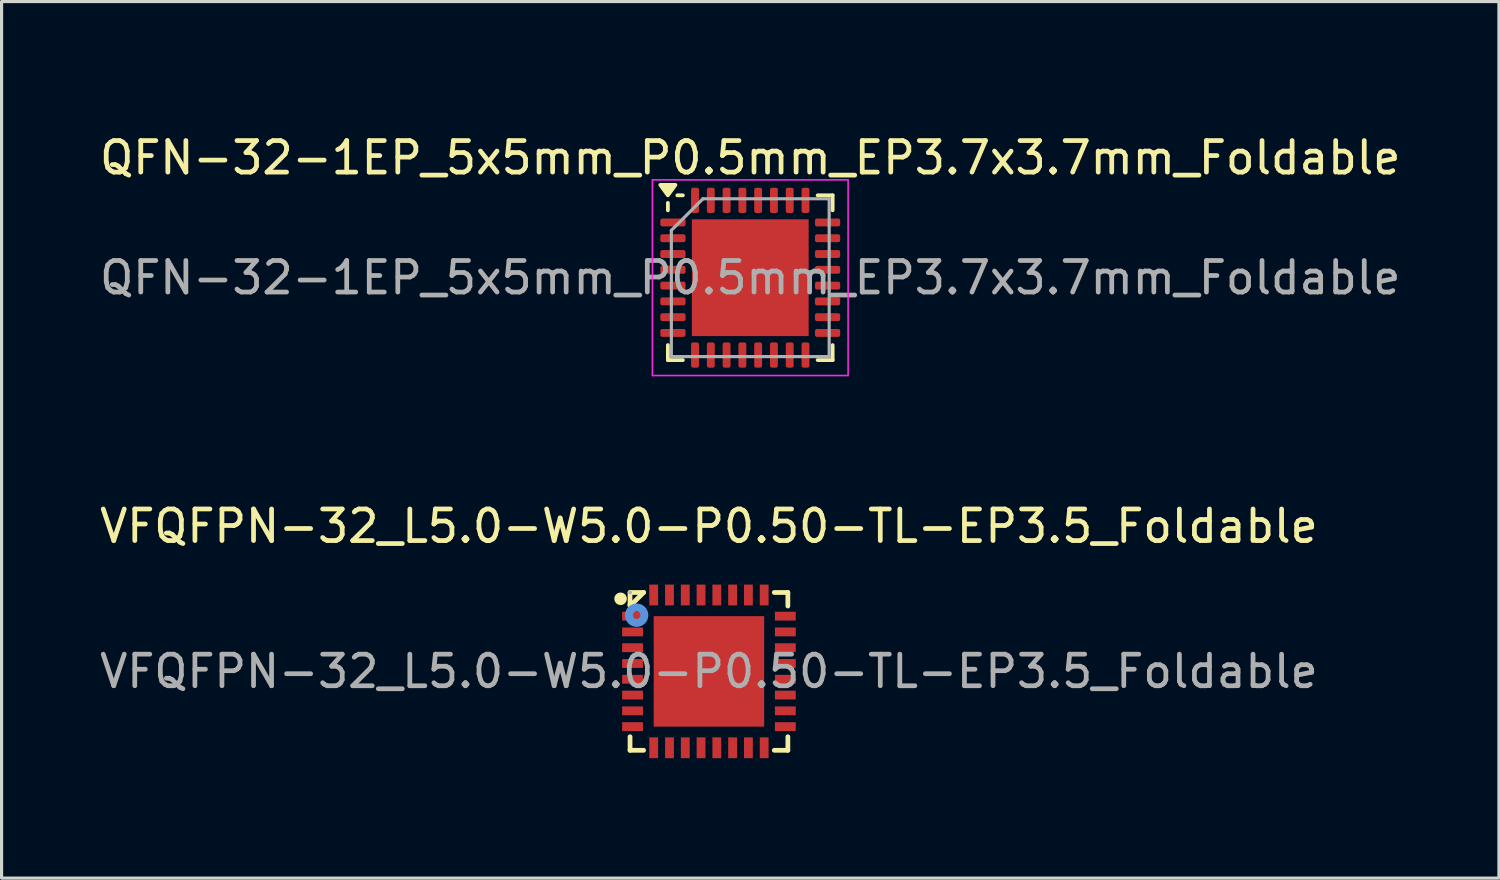
<source format=kicad_pcb>
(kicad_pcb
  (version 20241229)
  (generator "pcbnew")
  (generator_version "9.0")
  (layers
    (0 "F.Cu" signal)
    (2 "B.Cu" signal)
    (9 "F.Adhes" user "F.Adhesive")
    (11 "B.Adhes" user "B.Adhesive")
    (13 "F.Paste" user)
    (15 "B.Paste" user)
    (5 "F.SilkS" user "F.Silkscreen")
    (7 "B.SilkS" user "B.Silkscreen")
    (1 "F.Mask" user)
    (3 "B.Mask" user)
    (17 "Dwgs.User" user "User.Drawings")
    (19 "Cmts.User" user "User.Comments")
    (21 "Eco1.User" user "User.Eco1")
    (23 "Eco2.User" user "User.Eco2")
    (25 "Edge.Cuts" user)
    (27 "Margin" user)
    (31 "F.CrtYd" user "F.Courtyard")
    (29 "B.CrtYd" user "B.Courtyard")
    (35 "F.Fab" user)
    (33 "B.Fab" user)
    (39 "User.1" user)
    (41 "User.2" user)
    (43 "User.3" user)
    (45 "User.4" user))
  (footprint "VFQFPN-32_L5.0-W5.0-P0.50-TL-EP3.5_Foldable"
    (layer "F.Cu")
    (at 19.411 18.221)
    (property "Reference" "VFQFPN-32_L5.0-W5.0-P0.50-TL-EP3.5_Foldable" (at 0 -4.6 0) (layer "F.SilkS") (effects (font (size 1 1) (thickness 0.15))))
    (attr smd)
    (fp_line (start -2.5 -2.5) (end -2.07 -2.5) (stroke (width 0.15) (type solid)) (layer "F.SilkS"))
    (fp_line (start -2.5 -2.11) (end -2.5 -2.5) (stroke (width 0.15) (type solid)) (layer "F.SilkS"))
    (fp_line (start -2.5 -2.11) (end -2.5 -2.07) (stroke (width 0.15) (type solid)) (layer "F.SilkS"))
    (fp_line (start -2.5 -2.11) (end -2.46 -2.11) (stroke (width 0.15) (type solid)) (layer "F.SilkS"))
    (fp_line (start -2.5 2.5) (end -2.5 2.07) (stroke (width 0.15) (type solid)) (layer "F.SilkS"))
    (fp_line (start -2.46 -2.11) (end -2.07 -2.5) (stroke (width 0.15) (type solid)) (layer "F.SilkS"))
    (fp_line (start -2.07 2.5) (end -2.5 2.5) (stroke (width 0.15) (type solid)) (layer "F.SilkS"))
    (fp_line (start 2.07 -2.5) (end 2.5 -2.5) (stroke (width 0.15) (type solid)) (layer "F.SilkS"))
    (fp_line (start 2.5 -2.5) (end 2.5 -2.07) (stroke (width 0.15) (type solid)) (layer "F.SilkS"))
    (fp_line (start 2.5 2.07) (end 2.5 2.5) (stroke (width 0.15) (type solid)) (layer "F.SilkS"))
    (fp_line (start 2.5 2.5) (end 2.07 2.5) (stroke (width 0.15) (type solid)) (layer "F.SilkS"))
    (fp_circle (center -2.8 -2.3) (end -2.7 -2.3) (stroke (width 0.2) (type solid)) (fill no) (layer "F.SilkS"))
    (fp_circle (center -2.29 -1.78) (end -2.17 -1.78) (stroke (width 0.25) (type solid)) (fill no) (layer "Cmts.User"))
    (fp_circle (center -2.5 -2.5) (end -2.47 -2.5) (stroke (width 0.06) (type solid)) (fill no) (layer "F.Fab"))
    (fp_line (start -3.5 3) (end -3.5 -3) (stroke (width 0.1) (type default)) (layer "User.2"))
    (fp_line (start -3 -3.5) (end 3 -3.5) (stroke (width 0.1) (type default)) (layer "User.2"))
    (fp_line (start 3 3.5) (end -3 3.5) (stroke (width 0.1) (type default)) (layer "User.2"))
    (fp_line (start 3.5 -3) (end 3.5 3) (stroke (width 0.1) (type default)) (layer "User.2"))
    (fp_arc (start -3.5 -3) (mid -3.353553 -3.353553) (end -3 -3.5) (stroke (width 0.1) (type default)) (layer "User.2"))
    (fp_arc (start -3 3.5) (mid -3.353553 3.353553) (end -3.5 3) (stroke (width 0.1) (type default)) (layer "User.2"))
    (fp_arc (start 3 -3.5) (mid 3.353553 -3.353553) (end 3.5 -3) (stroke (width 0.1) (type default)) (layer "User.2"))
    (fp_arc (start 3.5 3) (mid 3.353553 3.353553) (end 3 3.5) (stroke (width 0.1) (type default)) (layer "User.2"))
    (fp_text user "${REFERENCE}" (at 0 0 0) (layer "F.Fab") (effects (font (size 1 1) (thickness 0.15))))
    (fp_text user "${REFERENCE}" (at 0 -4.6 0) (layer "User.4") (effects (font (size 1 1) (thickness 0.15))))
    (pad "1" smd rect (at -2.42 -1.75 270) (size 0.28 0.66) (layers "F.Cu" "F.Mask" "F.Paste"))
    (pad "2" smd rect (at -2.42 -1.25 270) (size 0.28 0.66) (layers "F.Cu" "F.Mask" "F.Paste"))
    (pad "3" smd rect (at -2.42 -0.75 270) (size 0.28 0.66) (layers "F.Cu" "F.Mask" "F.Paste"))
    (pad "4" smd rect (at -2.42 -0.25 270) (size 0.28 0.66) (layers "F.Cu" "F.Mask" "F.Paste"))
    (pad "5" smd rect (at -2.42 0.25 270) (size 0.28 0.66) (layers "F.Cu" "F.Mask" "F.Paste"))
    (pad "6" smd rect (at -2.42 0.75 270) (size 0.28 0.66) (layers "F.Cu" "F.Mask" "F.Paste"))
    (pad "7" smd rect (at -2.42 1.25 270) (size 0.28 0.66) (layers "F.Cu" "F.Mask" "F.Paste"))
    (pad "8" smd rect (at -2.42 1.75 270) (size 0.28 0.66) (layers "F.Cu" "F.Mask" "F.Paste"))
    (pad "9" smd rect (at -1.75 2.42 270) (size 0.66 0.28) (layers "F.Cu" "F.Mask" "F.Paste"))
    (pad "10" smd rect (at -1.25 2.42 270) (size 0.66 0.28) (layers "F.Cu" "F.Mask" "F.Paste"))
    (pad "11" smd rect (at -0.75 2.42 270) (size 0.66 0.28) (layers "F.Cu" "F.Mask" "F.Paste"))
    (pad "12" smd rect (at -0.25 2.42 270) (size 0.66 0.28) (layers "F.Cu" "F.Mask" "F.Paste"))
    (pad "13" smd rect (at 0.25 2.42 270) (size 0.66 0.28) (layers "F.Cu" "F.Mask" "F.Paste"))
    (pad "14" smd rect (at 0.75 2.42 270) (size 0.66 0.28) (layers "F.Cu" "F.Mask" "F.Paste"))
    (pad "15" smd rect (at 1.25 2.42 270) (size 0.66 0.28) (layers "F.Cu" "F.Mask" "F.Paste"))
    (pad "16" smd rect (at 1.75 2.42 270) (size 0.66 0.28) (layers "F.Cu" "F.Mask" "F.Paste"))
    (pad "17" smd rect (at 2.42 1.75 270) (size 0.28 0.66) (layers "F.Cu" "F.Mask" "F.Paste"))
    (pad "18" smd rect (at 2.42 1.25 270) (size 0.28 0.66) (layers "F.Cu" "F.Mask" "F.Paste"))
    (pad "19" smd rect (at 2.42 0.75 270) (size 0.28 0.66) (layers "F.Cu" "F.Mask" "F.Paste"))
    (pad "20" smd rect (at 2.42 0.25 270) (size 0.28 0.66) (layers "F.Cu" "F.Mask" "F.Paste"))
    (pad "21" smd rect (at 2.42 -0.25 270) (size 0.28 0.66) (layers "F.Cu" "F.Mask" "F.Paste"))
    (pad "22" smd rect (at 2.42 -0.75 270) (size 0.28 0.66) (layers "F.Cu" "F.Mask" "F.Paste"))
    (pad "23" smd rect (at 2.42 -1.25 270) (size 0.28 0.66) (layers "F.Cu" "F.Mask" "F.Paste"))
    (pad "24" smd rect (at 2.42 -1.75 270) (size 0.28 0.66) (layers "F.Cu" "F.Mask" "F.Paste"))
    (pad "25" smd rect (at 1.75 -2.42 270) (size 0.66 0.28) (layers "F.Cu" "F.Mask" "F.Paste"))
    (pad "26" smd rect (at 1.25 -2.42 270) (size 0.66 0.28) (layers "F.Cu" "F.Mask" "F.Paste"))
    (pad "27" smd rect (at 0.75 -2.42 270) (size 0.66 0.28) (layers "F.Cu" "F.Mask" "F.Paste"))
    (pad "28" smd rect (at 0.25 -2.42 270) (size 0.66 0.28) (layers "F.Cu" "F.Mask" "F.Paste"))
    (pad "29" smd rect (at -0.25 -2.42 270) (size 0.66 0.28) (layers "F.Cu" "F.Mask" "F.Paste"))
    (pad "30" smd rect (at -0.75 -2.42 270) (size 0.66 0.28) (layers "F.Cu" "F.Mask" "F.Paste"))
    (pad "31" smd rect (at -1.25 -2.42 270) (size 0.66 0.28) (layers "F.Cu" "F.Mask" "F.Paste"))
    (pad "32" smd rect (at -1.75 -2.42 270) (size 0.66 0.28) (layers "F.Cu" "F.Mask" "F.Paste"))
    (pad "33" smd rect (at 0 0 270) (size 3.5 3.5) (layers "F.Cu" "F.Mask" "F.Paste")))
  (footprint "QFN-32-1EP_5x5mm_P0.5mm_EP3.7x3.7mm_Foldable"
    (layer "F.Cu")
    (at 20.72 5.748)
    (property "Reference" "QFN-32-1EP_5x5mm_P0.5mm_EP3.7x3.7mm_Foldable" (at 0 -3.8 0) (layer "F.SilkS") (effects (font (size 1 1) (thickness 0.15))))
    (attr smd)
    (fp_line (start -2.61 -2.135) (end -2.61 -2.37) (stroke (width 0.12) (type solid)) (layer "F.SilkS"))
    (fp_line (start -2.61 2.61) (end -2.61 2.135) (stroke (width 0.12) (type solid)) (layer "F.SilkS"))
    (fp_line (start -2.135 -2.61) (end -2.31 -2.61) (stroke (width 0.12) (type solid)) (layer "F.SilkS"))
    (fp_line (start -2.135 2.61) (end -2.61 2.61) (stroke (width 0.12) (type solid)) (layer "F.SilkS"))
    (fp_line (start 2.135 -2.61) (end 2.61 -2.61) (stroke (width 0.12) (type solid)) (layer "F.SilkS"))
    (fp_line (start 2.135 2.61) (end 2.61 2.61) (stroke (width 0.12) (type solid)) (layer "F.SilkS"))
    (fp_line (start 2.61 -2.61) (end 2.61 -2.135) (stroke (width 0.12) (type solid)) (layer "F.SilkS"))
    (fp_line (start 2.61 2.61) (end 2.61 2.135) (stroke (width 0.12) (type solid)) (layer "F.SilkS"))
    (fp_poly (pts (xy -2.61 -2.61) (xy -2.85 -2.94) (xy -2.37 -2.94) (xy -2.61 -2.61)) (stroke (width 0.12) (type solid)) (fill yes) (layer "F.SilkS"))
    (fp_line (start -3.1 -3.1) (end -3.1 3.1) (stroke (width 0.05) (type solid)) (layer "F.CrtYd"))
    (fp_line (start -3.1 3.1) (end 3.1 3.1) (stroke (width 0.05) (type solid)) (layer "F.CrtYd"))
    (fp_line (start 3.1 -3.1) (end -3.1 -3.1) (stroke (width 0.05) (type solid)) (layer "F.CrtYd"))
    (fp_line (start 3.1 3.1) (end 3.1 -3.1) (stroke (width 0.05) (type solid)) (layer "F.CrtYd"))
    (fp_line (start -2.5 -1.5) (end -1.5 -2.5) (stroke (width 0.1) (type solid)) (layer "F.Fab"))
    (fp_line (start -2.5 2.5) (end -2.5 -1.5) (stroke (width 0.1) (type solid)) (layer "F.Fab"))
    (fp_line (start -1.5 -2.5) (end 2.5 -2.5) (stroke (width 0.1) (type solid)) (layer "F.Fab"))
    (fp_line (start 2.5 -2.5) (end 2.5 2.5) (stroke (width 0.1) (type solid)) (layer "F.Fab"))
    (fp_line (start 2.5 2.5) (end -2.5 2.5) (stroke (width 0.1) (type solid)) (layer "F.Fab"))
    (fp_line (start -4 3.5) (end -4 -3.5) (stroke (width 0.05) (type default)) (layer "User.2"))
    (fp_line (start -3.5 -4) (end 3.5 -4) (stroke (width 0.05) (type default)) (layer "User.2"))
    (fp_line (start 3.5 4) (end -3.5 4) (stroke (width 0.05) (type default)) (layer "User.2"))
    (fp_line (start 4 -3.5) (end 4 3.5) (stroke (width 0.05) (type default)) (layer "User.2"))
    (fp_arc (start -4 -3.5) (mid -3.853553 -3.853553) (end -3.5 -4) (stroke (width 0.05) (type default)) (layer "User.2"))
    (fp_arc (start -3.5 4) (mid -3.853553 3.853553) (end -4 3.5) (stroke (width 0.05) (type default)) (layer "User.2"))
    (fp_arc (start 3.5 -4) (mid 3.853553 -3.853553) (end 4 -3.5) (stroke (width 0.05) (type default)) (layer "User.2"))
    (fp_arc (start 4 3.5) (mid 3.853553 3.853553) (end 3.5 4) (stroke (width 0.05) (type default)) (layer "User.2"))
    (fp_text user "${REFERENCE}" (at 0 0 0) (layer "F.Fab") (effects (font (size 1 1) (thickness 0.15))))
    (fp_text user "${REFERENCE}" (at 0 -4.9 0) (layer "User.4") (effects (font (size 1 1) (thickness 0.15))))
    (pad "" smd roundrect (at -0.925 -0.925) (size 1.49 1.49) (layers "F.Paste") (roundrect_rratio 0.168))
    (pad "" smd roundrect (at -0.925 0.925) (size 1.49 1.49) (layers "F.Paste") (roundrect_rratio 0.168))
    (pad "" smd roundrect (at 0.925 -0.925) (size 1.49 1.49) (layers "F.Paste") (roundrect_rratio 0.168))
    (pad "" smd roundrect (at 0.925 0.925) (size 1.49 1.49) (layers "F.Paste") (roundrect_rratio 0.168))
    (pad "1" smd roundrect (at -2.45 -1.75) (size 0.8 0.25) (layers "F.Cu" "F.Mask" "F.Paste") (roundrect_rratio 0.25))
    (pad "2" smd roundrect (at -2.45 -1.25) (size 0.8 0.25) (layers "F.Cu" "F.Mask" "F.Paste") (roundrect_rratio 0.25))
    (pad "3" smd roundrect (at -2.45 -0.75) (size 0.8 0.25) (layers "F.Cu" "F.Mask" "F.Paste") (roundrect_rratio 0.25))
    (pad "4" smd roundrect (at -2.45 -0.25) (size 0.8 0.25) (layers "F.Cu" "F.Mask" "F.Paste") (roundrect_rratio 0.25))
    (pad "5" smd roundrect (at -2.45 0.25) (size 0.8 0.25) (layers "F.Cu" "F.Mask" "F.Paste") (roundrect_rratio 0.25))
    (pad "6" smd roundrect (at -2.45 0.75) (size 0.8 0.25) (layers "F.Cu" "F.Mask" "F.Paste") (roundrect_rratio 0.25))
    (pad "7" smd roundrect (at -2.45 1.25) (size 0.8 0.25) (layers "F.Cu" "F.Mask" "F.Paste") (roundrect_rratio 0.25))
    (pad "8" smd roundrect (at -2.45 1.75) (size 0.8 0.25) (layers "F.Cu" "F.Mask" "F.Paste") (roundrect_rratio 0.25))
    (pad "9" smd roundrect (at -1.75 2.45) (size 0.25 0.8) (layers "F.Cu" "F.Mask" "F.Paste") (roundrect_rratio 0.25))
    (pad "10" smd roundrect (at -1.25 2.45) (size 0.25 0.8) (layers "F.Cu" "F.Mask" "F.Paste") (roundrect_rratio 0.25))
    (pad "11" smd roundrect (at -0.75 2.45) (size 0.25 0.8) (layers "F.Cu" "F.Mask" "F.Paste") (roundrect_rratio 0.25))
    (pad "12" smd roundrect (at -0.25 2.45) (size 0.25 0.8) (layers "F.Cu" "F.Mask" "F.Paste") (roundrect_rratio 0.25))
    (pad "13" smd roundrect (at 0.25 2.45) (size 0.25 0.8) (layers "F.Cu" "F.Mask" "F.Paste") (roundrect_rratio 0.25))
    (pad "14" smd roundrect (at 0.75 2.45) (size 0.25 0.8) (layers "F.Cu" "F.Mask" "F.Paste") (roundrect_rratio 0.25))
    (pad "15" smd roundrect (at 1.25 2.45) (size 0.25 0.8) (layers "F.Cu" "F.Mask" "F.Paste") (roundrect_rratio 0.25))
    (pad "16" smd roundrect (at 1.75 2.45) (size 0.25 0.8) (layers "F.Cu" "F.Mask" "F.Paste") (roundrect_rratio 0.25))
    (pad "17" smd roundrect (at 2.45 1.75) (size 0.8 0.25) (layers "F.Cu" "F.Mask" "F.Paste") (roundrect_rratio 0.25))
    (pad "18" smd roundrect (at 2.45 1.25) (size 0.8 0.25) (layers "F.Cu" "F.Mask" "F.Paste") (roundrect_rratio 0.25))
    (pad "19" smd roundrect (at 2.45 0.75) (size 0.8 0.25) (layers "F.Cu" "F.Mask" "F.Paste") (roundrect_rratio 0.25))
    (pad "20" smd roundrect (at 2.45 0.25) (size 0.8 0.25) (layers "F.Cu" "F.Mask" "F.Paste") (roundrect_rratio 0.25))
    (pad "21" smd roundrect (at 2.45 -0.25) (size 0.8 0.25) (layers "F.Cu" "F.Mask" "F.Paste") (roundrect_rratio 0.25))
    (pad "22" smd roundrect (at 2.45 -0.75) (size 0.8 0.25) (layers "F.Cu" "F.Mask" "F.Paste") (roundrect_rratio 0.25))
    (pad "23" smd roundrect (at 2.45 -1.25) (size 0.8 0.25) (layers "F.Cu" "F.Mask" "F.Paste") (roundrect_rratio 0.25))
    (pad "24" smd roundrect (at 2.45 -1.75) (size 0.8 0.25) (layers "F.Cu" "F.Mask" "F.Paste") (roundrect_rratio 0.25))
    (pad "25" smd roundrect (at 1.75 -2.45) (size 0.25 0.8) (layers "F.Cu" "F.Mask" "F.Paste") (roundrect_rratio 0.25))
    (pad "26" smd roundrect (at 1.25 -2.45) (size 0.25 0.8) (layers "F.Cu" "F.Mask" "F.Paste") (roundrect_rratio 0.25))
    (pad "27" smd roundrect (at 0.75 -2.45) (size 0.25 0.8) (layers "F.Cu" "F.Mask" "F.Paste") (roundrect_rratio 0.25))
    (pad "28" smd roundrect (at 0.25 -2.45) (size 0.25 0.8) (layers "F.Cu" "F.Mask" "F.Paste") (roundrect_rratio 0.25))
    (pad "29" smd roundrect (at -0.25 -2.45) (size 0.25 0.8) (layers "F.Cu" "F.Mask" "F.Paste") (roundrect_rratio 0.25))
    (pad "30" smd roundrect (at -0.75 -2.45) (size 0.25 0.8) (layers "F.Cu" "F.Mask" "F.Paste") (roundrect_rratio 0.25))
    (pad "31" smd roundrect (at -1.25 -2.45) (size 0.25 0.8) (layers "F.Cu" "F.Mask" "F.Paste") (roundrect_rratio 0.25))
    (pad "32" smd roundrect (at -1.75 -2.45) (size 0.25 0.8) (layers "F.Cu" "F.Mask" "F.Paste") (roundrect_rratio 0.25))
    (pad "33" smd rect (at 0 0) (size 3.7 3.7) (property pad_prop_heatsink) (layers "F.Cu" "F.Mask")))
  (gr_rect
    (start -3 -3)
    (end 44.44 24.771)
    (stroke (width 0.1) (type default))
    (fill no)
    (layer "Edge.Cuts")))
</source>
